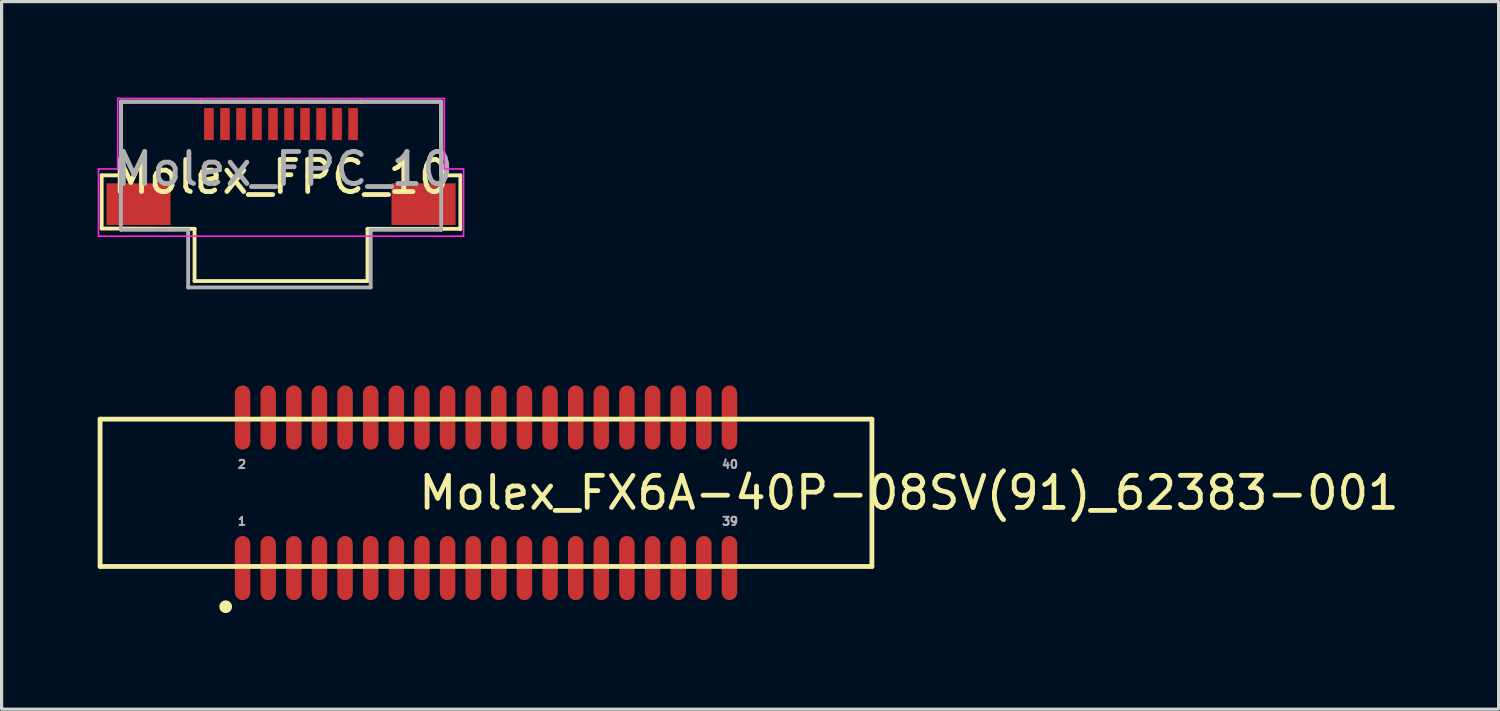
<source format=kicad_pcb>
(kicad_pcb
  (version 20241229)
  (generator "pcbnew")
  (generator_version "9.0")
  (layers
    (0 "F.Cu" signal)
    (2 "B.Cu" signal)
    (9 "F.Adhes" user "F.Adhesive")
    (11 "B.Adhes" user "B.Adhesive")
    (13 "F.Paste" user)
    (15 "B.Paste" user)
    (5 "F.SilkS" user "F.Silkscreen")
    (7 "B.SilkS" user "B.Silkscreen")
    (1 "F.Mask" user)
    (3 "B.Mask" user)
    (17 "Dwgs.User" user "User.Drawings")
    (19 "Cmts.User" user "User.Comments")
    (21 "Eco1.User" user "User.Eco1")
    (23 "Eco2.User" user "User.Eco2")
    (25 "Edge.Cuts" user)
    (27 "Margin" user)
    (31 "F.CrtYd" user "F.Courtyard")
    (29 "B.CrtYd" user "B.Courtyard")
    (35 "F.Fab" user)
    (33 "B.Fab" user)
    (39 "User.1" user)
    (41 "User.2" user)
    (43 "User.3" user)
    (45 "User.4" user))
  (footprint "Molex_FPC_10"
    (layer "F.Cu")
    (at 5.725 0.825)
    (property "Reference" "Molex_FPC_10" (at 0 1.65 0) (layer "F.SilkS") (effects (font (size 1 1) (thickness 0.15))))
    (attr smd)
    (fp_line (start -5.6 3.26) (end -5.6 1.6) (stroke (width 0.12) (type solid)) (layer "F.SilkS"))
    (fp_line (start -5 -0.7) (end -2.5 -0.7) (stroke (width 0.12) (type solid)) (layer "F.SilkS"))
    (fp_line (start -5 1.6) (end -5.6 1.6) (stroke (width 0.12) (type solid)) (layer "F.SilkS"))
    (fp_line (start -5 1.6) (end -5 -0.7) (stroke (width 0.12) (type solid)) (layer "F.SilkS"))
    (fp_line (start -2.7 3.27) (end -5.6 3.26) (stroke (width 0.12) (type solid)) (layer "F.SilkS"))
    (fp_line (start -2.7 4.9) (end -2.7 3.27) (stroke (width 0.12) (type solid)) (layer "F.SilkS"))
    (fp_line (start -2.7 4.9) (end 2.7 4.9) (stroke (width 0.12) (type solid)) (layer "F.SilkS"))
    (fp_line (start -2.5 -0.7) (end 2.5 -0.7) (stroke (width 0.12) (type solid)) (layer "F.SilkS"))
    (fp_line (start 2.7 3.27) (end 5.6 3.27) (stroke (width 0.12) (type solid)) (layer "F.SilkS"))
    (fp_line (start 2.7 4.9) (end 2.7 3.27) (stroke (width 0.12) (type solid)) (layer "F.SilkS"))
    (fp_line (start 5 -0.7) (end 2.5 -0.7) (stroke (width 0.12) (type solid)) (layer "F.SilkS"))
    (fp_line (start 5 1.6) (end 5 -0.69) (stroke (width 0.12) (type solid)) (layer "F.SilkS"))
    (fp_line (start 5.6 1.6) (end 5 1.6) (stroke (width 0.12) (type solid)) (layer "F.SilkS"))
    (fp_line (start 5.6 3.28) (end 5.6 1.6) (stroke (width 0.12) (type solid)) (layer "F.SilkS"))
    (fp_line (start -5.7 1.4) (end -5.7 3.5) (stroke (width 0.05) (type solid)) (layer "F.CrtYd"))
    (fp_line (start -5.7 1.4) (end -5.1 1.4) (stroke (width 0.05) (type solid)) (layer "F.CrtYd"))
    (fp_line (start -5.7 3.5) (end 5.7 3.5) (stroke (width 0.05) (type solid)) (layer "F.CrtYd"))
    (fp_line (start -5.1 -0.8) (end 5.1 -0.8) (stroke (width 0.05) (type solid)) (layer "F.CrtYd"))
    (fp_line (start -5.1 1.4) (end -5.1 -0.8) (stroke (width 0.05) (type solid)) (layer "F.CrtYd"))
    (fp_line (start 5.1 1.4) (end 5.1 -0.8) (stroke (width 0.05) (type solid)) (layer "F.CrtYd"))
    (fp_line (start 5.7 1.4) (end 5.1 1.4) (stroke (width 0.05) (type solid)) (layer "F.CrtYd"))
    (fp_line (start 5.7 1.4) (end 5.7 3.5) (stroke (width 0.05) (type solid)) (layer "F.CrtYd"))
    (fp_line (start -5 -0.7) (end -5 3.3) (stroke (width 0.12) (type solid)) (layer "F.Fab"))
    (fp_line (start -5 -0.7) (end 5 -0.7) (stroke (width 0.12) (type solid)) (layer "F.Fab"))
    (fp_line (start -2.9 3.3) (end -5 3.3) (stroke (width 0.12) (type solid)) (layer "F.Fab"))
    (fp_line (start -2.9 5.1) (end -2.9 3.3) (stroke (width 0.12) (type solid)) (layer "F.Fab"))
    (fp_line (start 2.8 3.3) (end 2.8 5.1) (stroke (width 0.12) (type solid)) (layer "F.Fab"))
    (fp_line (start 2.8 5.1) (end -2.9 5.1) (stroke (width 0.12) (type solid)) (layer "F.Fab"))
    (fp_line (start 5 -0.7) (end 5 3.3) (stroke (width 0.12) (type solid)) (layer "F.Fab"))
    (fp_line (start 5 3.3) (end 2.8 3.3) (stroke (width 0.12) (type solid)) (layer "F.Fab"))
    (fp_text user "${REFERENCE}" (at 0.1 1.4 0) (layer "F.Fab") (effects (font (size 1 1) (thickness 0.15))))
    (pad "1" smd rect (at -2.25 0) (size 0.3 1) (layers "F.Cu" "F.Mask" "F.Paste"))
    (pad "2" smd rect (at -1.75 0) (size 0.3 1) (layers "F.Cu" "F.Mask" "F.Paste"))
    (pad "3" smd rect (at -1.25 0) (size 0.3 1) (layers "F.Cu" "F.Mask" "F.Paste"))
    (pad "4" smd rect (at -0.75 0) (size 0.3 1) (layers "F.Cu" "F.Mask" "F.Paste"))
    (pad "5" smd rect (at -0.25 0) (size 0.3 1) (layers "F.Cu" "F.Mask" "F.Paste"))
    (pad "6" smd rect (at 0.25 0) (size 0.3 1) (layers "F.Cu" "F.Mask" "F.Paste"))
    (pad "7" smd rect (at 0.75 0) (size 0.3 1) (layers "F.Cu" "F.Mask" "F.Paste"))
    (pad "8" smd rect (at 1.25 0) (size 0.3 1) (layers "F.Cu" "F.Mask" "F.Paste"))
    (pad "9" smd rect (at 1.75 0) (size 0.3 1) (layers "F.Cu" "F.Mask" "F.Paste"))
    (pad "10" smd rect (at 2.25 0) (size 0.3 1) (layers "F.Cu" "F.Mask" "F.Paste"))
    (pad "11" smd rect (at -4.45 2.5) (size 2 1.3) (layers "F.Cu" "F.Mask" "F.Paste"))
    (pad "11" smd rect (at 4.45 2.5) (size 2 1.3) (layers "F.Cu" "F.Mask" "F.Paste")))
  (footprint "Molex_FX6A-40P-08SV(91)_62383-001"
    (layer "F.Cu")
    (at 12.125 12.338)
    (property "Reference" "Molex_FX6A-40P-08SV(91)_62383-001" (at 13.208 0 0) (layer "F.SilkS") (effects (font (size 1 1) (thickness 0.15))))
    (attr smd)
    (fp_line (start -12.05 -2.3) (end 12.05 -2.3) (stroke (width 0.15) (type solid)) (layer "F.SilkS"))
    (fp_line (start -12.05 2.3) (end -12.05 -2.3) (stroke (width 0.15) (type solid)) (layer "F.SilkS"))
    (fp_line (start -12.05 2.3) (end 12.05 2.3) (stroke (width 0.15) (type solid)) (layer "F.SilkS"))
    (fp_line (start 12.05 2.3) (end 12.05 -2.3) (stroke (width 0.15) (type solid)) (layer "F.SilkS"))
    (fp_circle (center -8.128 3.556) (end -8.028 3.556) (stroke (width 0.2) (type solid)) (fill no) (layer "F.SilkS"))
    (fp_text user "40" (at 7.62 -0.889 180) (layer "F.Fab") (effects (font (size 0.254 0.254) (thickness 0.064))))
    (fp_text user "39" (at 7.62 0.889 180) (layer "F.Fab") (effects (font (size 0.254 0.254) (thickness 0.064))))
    (fp_text user "2" (at -7.62 -0.889 180) (layer "F.Fab") (effects (font (size 0.254 0.254) (thickness 0.064))))
    (fp_text user "1" (at -7.62 0.889 180) (layer "F.Fab") (effects (font (size 0.254 0.254) (thickness 0.064))))
    (pad "1" smd roundrect (at -7.6 2.35) (size 0.483 2.007) (layers "F.Cu" "F.Mask" "F.Paste") (roundrect_rratio 0.5))
    (pad "2" smd roundrect (at -7.6 -2.35) (size 0.483 2.007) (layers "F.Cu" "F.Mask" "F.Paste") (roundrect_rratio 0.5))
    (pad "3" smd roundrect (at -6.8 2.35) (size 0.483 2.007) (layers "F.Cu" "F.Mask" "F.Paste") (roundrect_rratio 0.5))
    (pad "4" smd roundrect (at -6.8 -2.35) (size 0.483 2.007) (layers "F.Cu" "F.Mask" "F.Paste") (roundrect_rratio 0.5))
    (pad "5" smd roundrect (at -6 2.35) (size 0.483 2.007) (layers "F.Cu" "F.Mask" "F.Paste") (roundrect_rratio 0.5))
    (pad "6" smd roundrect (at -6 -2.35) (size 0.483 2.007) (layers "F.Cu" "F.Mask" "F.Paste") (roundrect_rratio 0.5))
    (pad "7" smd roundrect (at -5.2 2.35) (size 0.483 2.007) (layers "F.Cu" "F.Mask" "F.Paste") (roundrect_rratio 0.5))
    (pad "8" smd roundrect (at -5.2 -2.35) (size 0.483 2.007) (layers "F.Cu" "F.Mask" "F.Paste") (roundrect_rratio 0.5))
    (pad "9" smd roundrect (at -4.4 2.35) (size 0.483 2.007) (layers "F.Cu" "F.Mask" "F.Paste") (roundrect_rratio 0.5))
    (pad "10" smd roundrect (at -4.4 -2.35) (size 0.483 2.007) (layers "F.Cu" "F.Mask" "F.Paste") (roundrect_rratio 0.5))
    (pad "11" smd roundrect (at -3.599 2.35) (size 0.483 2.007) (layers "F.Cu" "F.Mask" "F.Paste") (roundrect_rratio 0.5))
    (pad "12" smd roundrect (at -3.599 -2.35) (size 0.483 2.007) (layers "F.Cu" "F.Mask" "F.Paste") (roundrect_rratio 0.5))
    (pad "13" smd roundrect (at -2.799 2.35) (size 0.483 2.007) (layers "F.Cu" "F.Mask" "F.Paste") (roundrect_rratio 0.5))
    (pad "14" smd roundrect (at -2.799 -2.35) (size 0.483 2.007) (layers "F.Cu" "F.Mask" "F.Paste") (roundrect_rratio 0.5))
    (pad "15" smd roundrect (at -1.999 2.35) (size 0.483 2.007) (layers "F.Cu" "F.Mask" "F.Paste") (roundrect_rratio 0.5))
    (pad "16" smd roundrect (at -1.999 -2.35) (size 0.483 2.007) (layers "F.Cu" "F.Mask" "F.Paste") (roundrect_rratio 0.5))
    (pad "17" smd roundrect (at -1.199 2.35) (size 0.483 2.007) (layers "F.Cu" "F.Mask" "F.Paste") (roundrect_rratio 0.5))
    (pad "18" smd roundrect (at -1.199 -2.35) (size 0.483 2.007) (layers "F.Cu" "F.Mask" "F.Paste") (roundrect_rratio 0.5))
    (pad "19" smd roundrect (at -0.399 2.35) (size 0.483 2.007) (layers "F.Cu" "F.Mask" "F.Paste") (roundrect_rratio 0.5))
    (pad "20" smd roundrect (at -0.399 -2.35) (size 0.483 2.007) (layers "F.Cu" "F.Mask" "F.Paste") (roundrect_rratio 0.5))
    (pad "21" smd roundrect (at 0.401 2.35) (size 0.483 2.007) (layers "F.Cu" "F.Mask" "F.Paste") (roundrect_rratio 0.5))
    (pad "22" smd roundrect (at 0.401 -2.35) (size 0.483 2.007) (layers "F.Cu" "F.Mask" "F.Paste") (roundrect_rratio 0.5))
    (pad "23" smd roundrect (at 1.201 2.35) (size 0.483 2.007) (layers "F.Cu" "F.Mask" "F.Paste") (roundrect_rratio 0.5))
    (pad "24" smd roundrect (at 1.201 -2.35) (size 0.483 2.007) (layers "F.Cu" "F.Mask" "F.Paste") (roundrect_rratio 0.5))
    (pad "25" smd roundrect (at 2.001 2.35) (size 0.483 2.007) (layers "F.Cu" "F.Mask" "F.Paste") (roundrect_rratio 0.5))
    (pad "26" smd roundrect (at 2.001 -2.35) (size 0.483 2.007) (layers "F.Cu" "F.Mask" "F.Paste") (roundrect_rratio 0.5))
    (pad "27" smd roundrect (at 2.801 2.35) (size 0.483 2.007) (layers "F.Cu" "F.Mask" "F.Paste") (roundrect_rratio 0.5))
    (pad "28" smd roundrect (at 2.801 -2.35) (size 0.483 2.007) (layers "F.Cu" "F.Mask" "F.Paste") (roundrect_rratio 0.5))
    (pad "29" smd roundrect (at 3.601 2.35) (size 0.483 2.007) (layers "F.Cu" "F.Mask" "F.Paste") (roundrect_rratio 0.5))
    (pad "30" smd roundrect (at 3.601 -2.35) (size 0.483 2.007) (layers "F.Cu" "F.Mask" "F.Paste") (roundrect_rratio 0.5))
    (pad "31" smd roundrect (at 4.402 2.35) (size 0.483 2.007) (layers "F.Cu" "F.Mask" "F.Paste") (roundrect_rratio 0.5))
    (pad "32" smd roundrect (at 4.402 -2.35) (size 0.483 2.007) (layers "F.Cu" "F.Mask" "F.Paste") (roundrect_rratio 0.5))
    (pad "33" smd roundrect (at 5.202 2.35) (size 0.483 2.007) (layers "F.Cu" "F.Mask" "F.Paste") (roundrect_rratio 0.5))
    (pad "34" smd roundrect (at 5.202 -2.35) (size 0.483 2.007) (layers "F.Cu" "F.Mask" "F.Paste") (roundrect_rratio 0.5))
    (pad "35" smd roundrect (at 6.002 2.35) (size 0.483 2.007) (layers "F.Cu" "F.Mask" "F.Paste") (roundrect_rratio 0.5))
    (pad "36" smd roundrect (at 6.002 -2.35) (size 0.483 2.007) (layers "F.Cu" "F.Mask" "F.Paste") (roundrect_rratio 0.5))
    (pad "37" smd roundrect (at 6.802 2.35) (size 0.483 2.007) (layers "F.Cu" "F.Mask" "F.Paste") (roundrect_rratio 0.5))
    (pad "38" smd roundrect (at 6.802 -2.35) (size 0.483 2.007) (layers "F.Cu" "F.Mask" "F.Paste") (roundrect_rratio 0.5))
    (pad "39" smd roundrect (at 7.602 2.35) (size 0.483 2.007) (layers "F.Cu" "F.Mask" "F.Paste") (roundrect_rratio 0.5))
    (pad "40" smd roundrect (at 7.602 -2.35) (size 0.483 2.007) (layers "F.Cu" "F.Mask" "F.Paste") (roundrect_rratio 0.5)))
  (gr_rect
    (start -3 -3)
    (end 43.744 19.094)
    (stroke (width 0.1) (type default))
    (fill no)
    (layer "Edge.Cuts")))
</source>
